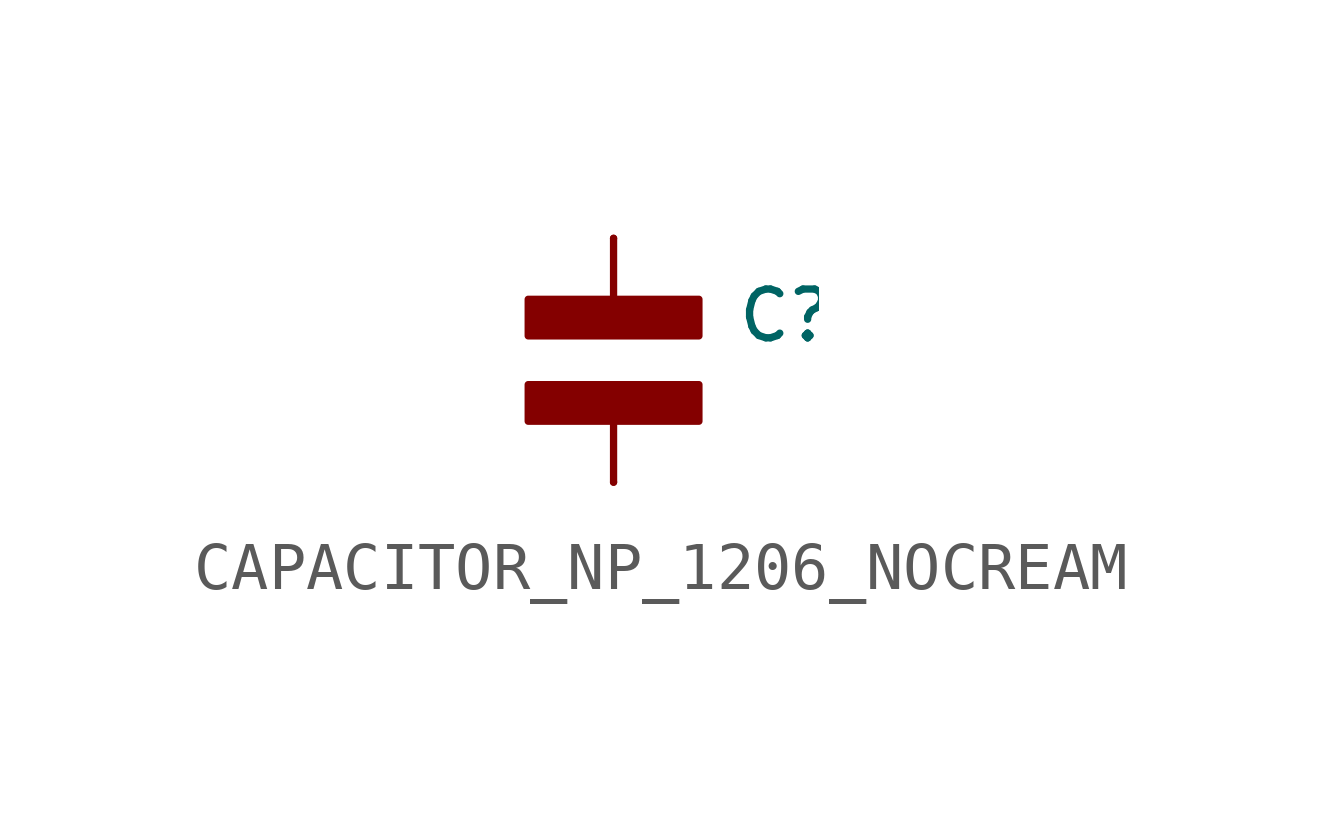
<source format=kicad_sym>
(kicad_symbol_lib
  (version 20220914)
  (generator kicad_symbol_editor)
  (symbol "CAPACITOR_NP_1206_NOCREAM"
    (property "Reference" "C"
      (at 2.54 1.524 0)
      (effects (font (size 1.016 1.016)) (justify left top)))
    (property "Value" ""
      (at 2.54 -1.524 0)
      (effects (font (size 1.016 1.016)) (justify left bottom)))
    (property "ki_locked" ""
      (at 0 0 0)
      (effects (font (size 1.27 1.27))))
    (symbol "CAPACITOR_NP_1206_NOCREAM_1_0"
      (rectangle (start -1.778 -1.27) (end 1.778 -0.508) (stroke (width 0) (type default)) (fill (type outline)))
      (rectangle (start -1.778 0.508) (end 1.778 1.27) (stroke (width 0) (type default)) (fill (type outline)))
      (polyline (pts (xy 0 -2.54) (xy 0 -1.016)) (stroke (width 0.152) (type solid)) (fill (type none)))
      (polyline (pts (xy 0 2.54) (xy 0 1.016)) (stroke (width 0.152) (type solid)) (fill (type none)))
      (pin passive line (at 0 2.54 270) (length 0) (name "P$1" (effects (font (size 0 0)))) (number "P$1" (effects (font (size 0 0)))))
      (pin passive line (at 0 -2.54 90) (length 0) (name "P$2" (effects (font (size 0 0)))) (number "P$2" (effects (font (size 0 0))))))))
</source>
